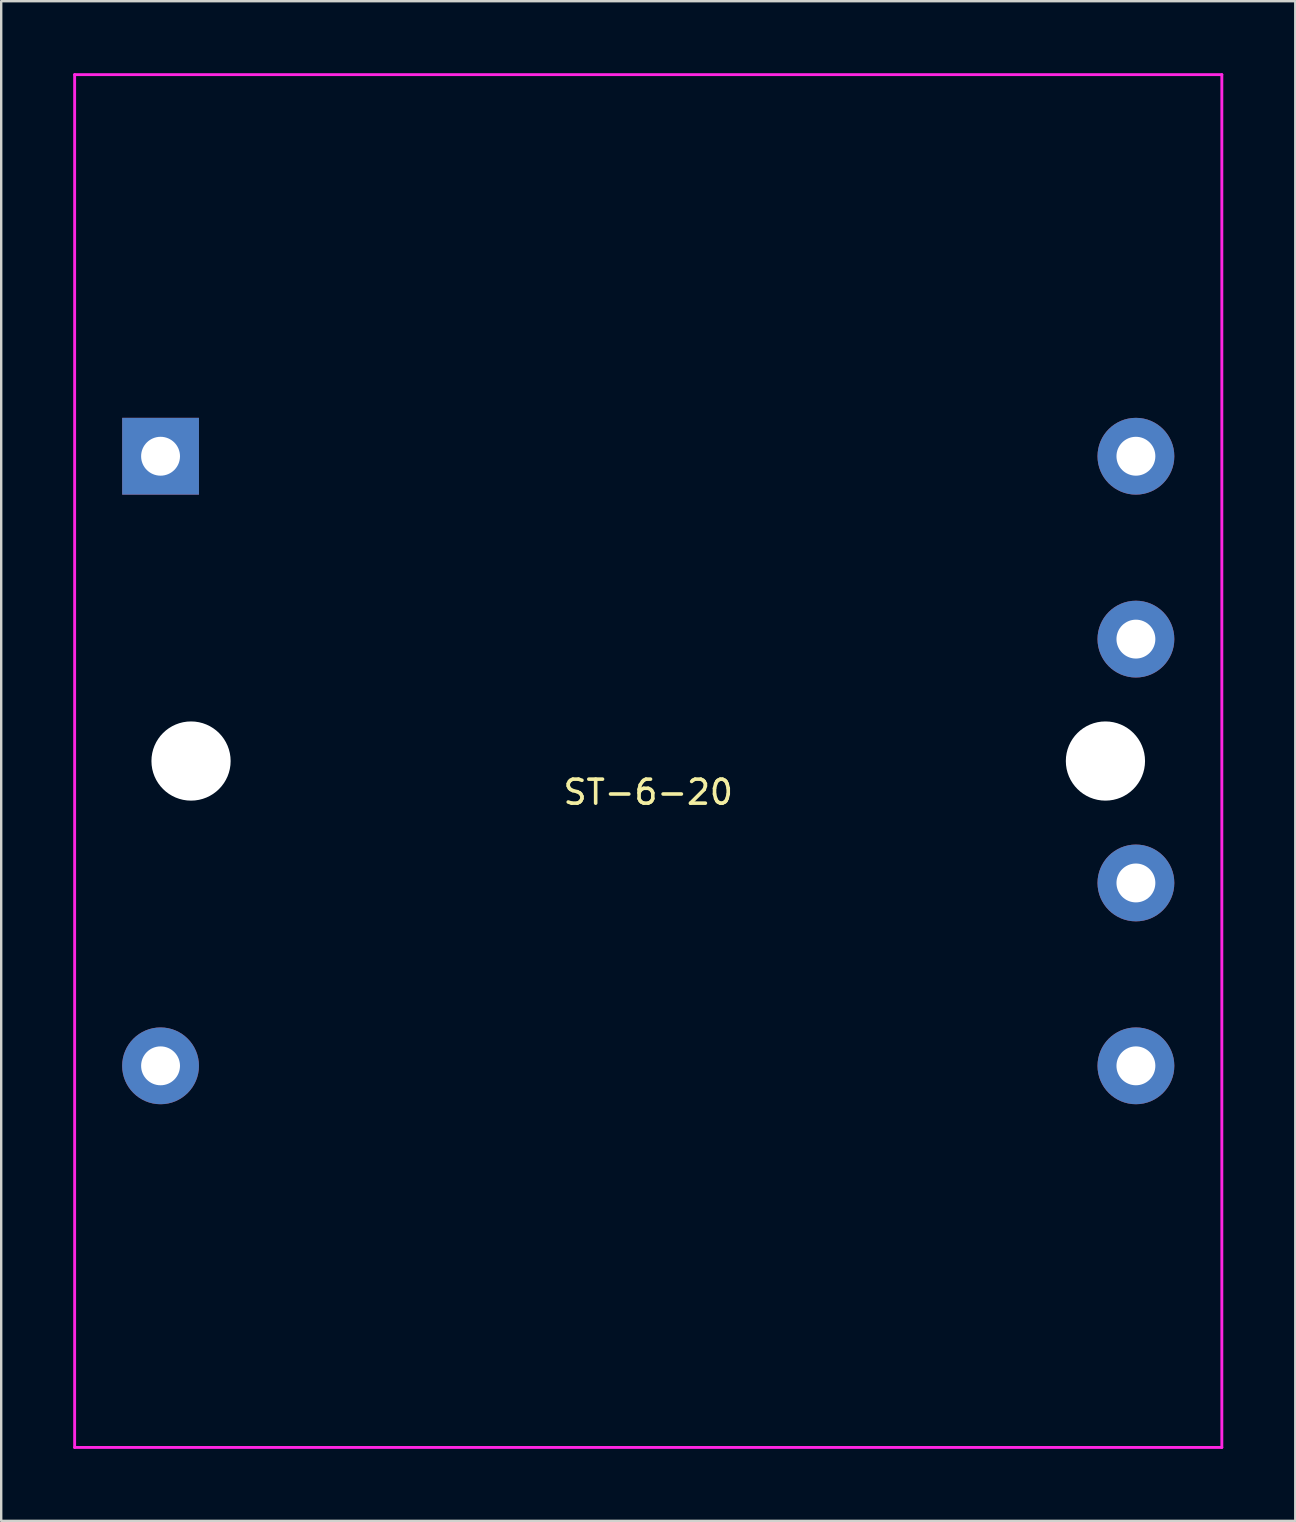
<source format=kicad_pcb>
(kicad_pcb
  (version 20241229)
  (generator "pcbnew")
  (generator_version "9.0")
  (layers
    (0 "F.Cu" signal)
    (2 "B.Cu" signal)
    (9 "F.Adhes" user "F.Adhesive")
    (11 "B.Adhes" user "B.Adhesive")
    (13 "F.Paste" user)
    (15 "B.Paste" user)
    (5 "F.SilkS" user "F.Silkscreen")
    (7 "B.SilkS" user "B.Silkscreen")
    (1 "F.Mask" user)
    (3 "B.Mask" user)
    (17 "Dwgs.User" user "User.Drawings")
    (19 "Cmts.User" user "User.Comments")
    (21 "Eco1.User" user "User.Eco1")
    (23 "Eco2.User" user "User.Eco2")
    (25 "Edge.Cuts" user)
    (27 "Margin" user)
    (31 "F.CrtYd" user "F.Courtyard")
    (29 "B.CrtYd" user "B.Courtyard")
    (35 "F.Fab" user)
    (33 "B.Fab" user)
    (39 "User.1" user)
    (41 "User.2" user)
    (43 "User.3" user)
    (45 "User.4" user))
  (footprint "ST-6-20"
    (layer "F.Cu")
    (at 23.96 28.66)
    (property "Reference" "ST-6-20" (at 0 1.3 0) (layer "F.SilkS") (effects (font (size 1 1) (thickness 0.15))))
    (attr through_hole)
    (fp_line (start -23.9 -28.6) (end 23.9 -28.6) (stroke (width 0.12) (type solid)) (layer "F.CrtYd"))
    (fp_line (start -23.9 28.6) (end -23.9 -28.6) (stroke (width 0.12) (type solid)) (layer "F.CrtYd"))
    (fp_line (start 23.9 -28.6) (end 23.9 28.6) (stroke (width 0.12) (type solid)) (layer "F.CrtYd"))
    (fp_line (start 23.9 28.6) (end -23.9 28.6) (stroke (width 0.12) (type solid)) (layer "F.CrtYd"))
    (pad "" np_thru_hole circle (at -19.05 0) (size 3.3 3.3) (drill 3.3) (layers "*.Cu" "*.Mask"))
    (pad "" np_thru_hole circle (at 19.05 0) (size 3.3 3.3) (drill 3.3) (layers "*.Cu" "*.Mask"))
    (pad "1" thru_hole rect (at -20.32 -12.7) (size 3.2 3.2) (drill 1.62) (layers "*.Cu" "*.Mask"))
    (pad "4" thru_hole circle (at -20.32 12.7) (size 3.2 3.2) (drill 1.62) (layers "*.Cu" "*.Mask"))
    (pad "5" thru_hole circle (at 20.32 12.7) (size 3.2 3.2) (drill 1.62) (layers "*.Cu" "*.Mask"))
    (pad "6" thru_hole circle (at 20.32 5.08) (size 3.2 3.2) (drill 1.62) (layers "*.Cu" "*.Mask"))
    (pad "7" thru_hole circle (at 20.32 -5.08) (size 3.2 3.2) (drill 1.62) (layers "*.Cu" "*.Mask"))
    (pad "8" thru_hole circle (at 20.32 -12.7) (size 3.2 3.2) (drill 1.62) (layers "*.Cu" "*.Mask")))
  (gr_rect
    (start -3 -3)
    (end 50.92 60.32)
    (stroke (width 0.1) (type default))
    (fill no)
    (layer "Edge.Cuts")))
</source>
